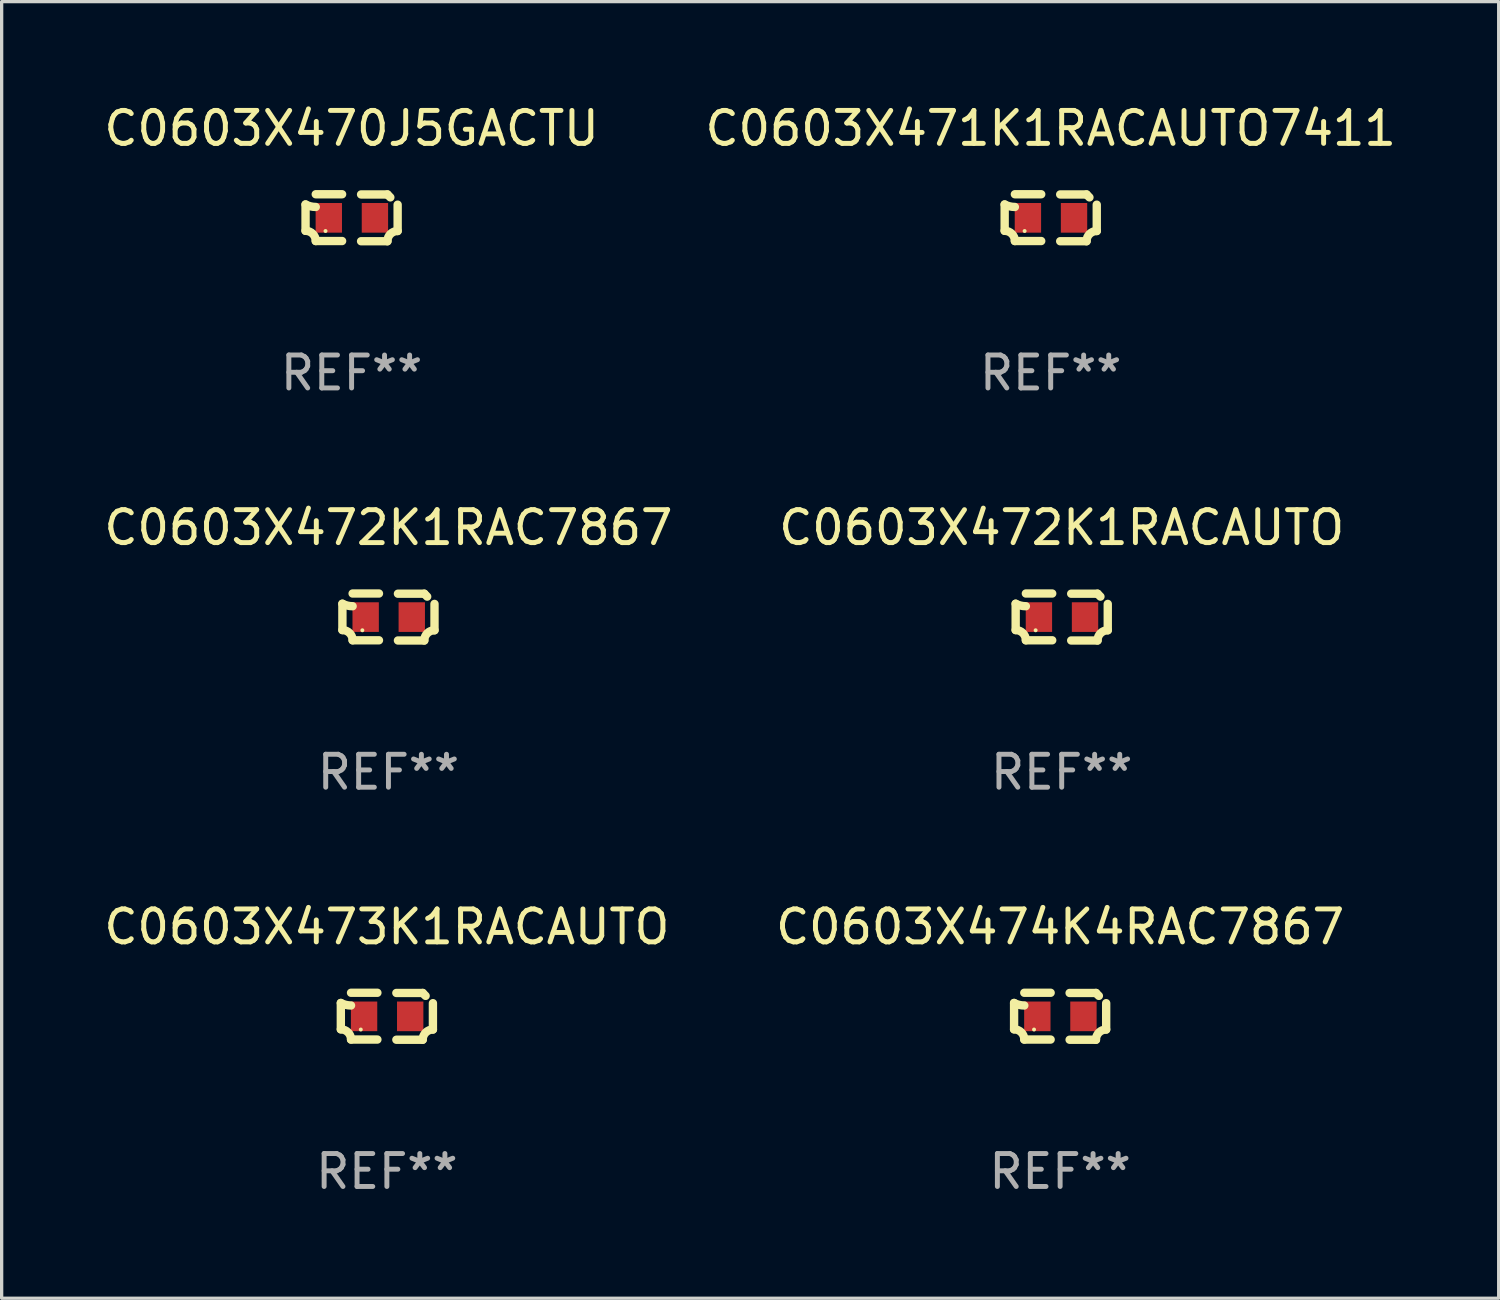
<source format=kicad_pcb>
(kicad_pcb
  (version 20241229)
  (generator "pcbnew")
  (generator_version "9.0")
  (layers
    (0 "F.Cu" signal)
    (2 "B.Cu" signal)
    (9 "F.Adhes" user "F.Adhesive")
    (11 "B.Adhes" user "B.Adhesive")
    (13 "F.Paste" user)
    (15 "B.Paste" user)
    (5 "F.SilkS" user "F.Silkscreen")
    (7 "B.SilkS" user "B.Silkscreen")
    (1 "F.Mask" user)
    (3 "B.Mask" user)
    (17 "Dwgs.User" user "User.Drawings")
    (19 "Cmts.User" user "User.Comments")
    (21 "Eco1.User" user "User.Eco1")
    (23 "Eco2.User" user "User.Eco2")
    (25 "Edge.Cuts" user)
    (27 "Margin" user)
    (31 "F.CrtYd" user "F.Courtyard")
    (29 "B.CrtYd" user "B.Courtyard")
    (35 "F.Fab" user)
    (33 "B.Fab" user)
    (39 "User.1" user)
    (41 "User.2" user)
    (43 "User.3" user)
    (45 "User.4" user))
  (footprint "C0603X470J5GACTU"
    (layer "F.Cu")
    (at 7.625 3.561)
    (property "Reference" "C0603X470J5GACTU" (at 0 -2.713 0) (layer "F.SilkS") (effects (font (size 1 1) (thickness 0.15))))
    (attr through_hole)
    (fp_line (start -1.398 -0.403) (end -1.398 0.397) (stroke (width 0.254) (type solid)) (layer "F.SilkS"))
    (fp_line (start -0.288 -0.713) (end -1.088 -0.713) (stroke (width 0.254) (type solid)) (layer "F.SilkS"))
    (fp_line (start -0.288 0.707) (end -1.088 0.707) (stroke (width 0.254) (type solid)) (layer "F.SilkS"))
    (fp_line (start 0.288 -0.707) (end 1.088 -0.707) (stroke (width 0.254) (type solid)) (layer "F.SilkS"))
    (fp_line (start 0.288 0.713) (end 1.088 0.713) (stroke (width 0.254) (type solid)) (layer "F.SilkS"))
    (fp_line (start 1.398 -0.397) (end 1.398 0.403) (stroke (width 0.254) (type solid)) (layer "F.SilkS"))
    (fp_arc (start -1.397789 0.397066) (mid -1.178701 0.487826) (end -1.08796 0.706922) (stroke (width 0.254001) (type solid)) (layer "F.SilkS"))
    (fp_arc (start -1.08796 -0.327176) (mid -1.247436 -0.346384) (end -1.39779 -0.402908) (stroke (width 0.254001) (type solid)) (layer "F.SilkS"))
    (fp_arc (start 1.087909 0.712738) (mid 1.178656 0.493655) (end 1.397739 0.402908) (stroke (width 0.254001) (type solid)) (layer "F.SilkS"))
    (fp_arc (start 1.175925 -0.618926) (mid 1.131917 -0.662923) (end 1.08791 -0.706922) (stroke (width 0.254001) (type solid)) (layer "F.SilkS"))
    (fp_circle (center -0.792 0.403) (end -0.762 0.403) (stroke (width 0.06) (type solid)) (fill no) (layer "F.SilkS"))
    (fp_text user "REF**" (at 0 4.713 0) (layer "F.Fab") (effects (font (size 1 1) (thickness 0.15))))
    (pad "1" smd rect (at -0.692 0.003) (size 0.8 0.9) (layers "F.Cu" "F.Mask" "F.Paste"))
    (pad "2" smd rect (at 0.708 0.003) (size 0.8 0.9) (layers "F.Cu" "F.Mask" "F.Paste")))
  (footprint "C0603X472K1RACAUTO"
    (layer "F.Cu")
    (at 29.185 15.683)
    (property "Reference" "C0603X472K1RACAUTO" (at 0 -2.713 0) (layer "F.SilkS") (effects (font (size 1 1) (thickness 0.15))))
    (attr through_hole)
    (fp_line (start -1.398 -0.403) (end -1.398 0.397) (stroke (width 0.254) (type solid)) (layer "F.SilkS"))
    (fp_line (start -0.288 -0.713) (end -1.088 -0.713) (stroke (width 0.254) (type solid)) (layer "F.SilkS"))
    (fp_line (start -0.288 0.707) (end -1.088 0.707) (stroke (width 0.254) (type solid)) (layer "F.SilkS"))
    (fp_line (start 0.288 -0.707) (end 1.088 -0.707) (stroke (width 0.254) (type solid)) (layer "F.SilkS"))
    (fp_line (start 0.288 0.713) (end 1.088 0.713) (stroke (width 0.254) (type solid)) (layer "F.SilkS"))
    (fp_line (start 1.398 -0.397) (end 1.398 0.403) (stroke (width 0.254) (type solid)) (layer "F.SilkS"))
    (fp_arc (start -1.397789 0.397066) (mid -1.178701 0.487826) (end -1.08796 0.706922) (stroke (width 0.254001) (type solid)) (layer "F.SilkS"))
    (fp_arc (start -1.08796 -0.327176) (mid -1.247436 -0.346384) (end -1.39779 -0.402908) (stroke (width 0.254001) (type solid)) (layer "F.SilkS"))
    (fp_arc (start 1.087909 0.712738) (mid 1.178656 0.493655) (end 1.397739 0.402908) (stroke (width 0.254001) (type solid)) (layer "F.SilkS"))
    (fp_arc (start 1.175925 -0.618926) (mid 1.131917 -0.662923) (end 1.08791 -0.706922) (stroke (width 0.254001) (type solid)) (layer "F.SilkS"))
    (fp_circle (center -0.792 0.403) (end -0.762 0.403) (stroke (width 0.06) (type solid)) (fill no) (layer "F.SilkS"))
    (fp_text user "REF**" (at 0 4.713 0) (layer "F.Fab") (effects (font (size 1 1) (thickness 0.15))))
    (pad "1" smd rect (at -0.692 0.003) (size 0.8 0.9) (layers "F.Cu" "F.Mask" "F.Paste"))
    (pad "2" smd rect (at 0.708 0.003) (size 0.8 0.9) (layers "F.Cu" "F.Mask" "F.Paste")))
  (footprint "C0603X474K4RAC7867"
    (layer "F.Cu")
    (at 29.137 27.805)
    (property "Reference" "C0603X474K4RAC7867" (at 0 -2.713 0) (layer "F.SilkS") (effects (font (size 1 1) (thickness 0.15))))
    (attr through_hole)
    (fp_line (start -1.398 -0.403) (end -1.398 0.397) (stroke (width 0.254) (type solid)) (layer "F.SilkS"))
    (fp_line (start -0.288 -0.713) (end -1.088 -0.713) (stroke (width 0.254) (type solid)) (layer "F.SilkS"))
    (fp_line (start -0.288 0.707) (end -1.088 0.707) (stroke (width 0.254) (type solid)) (layer "F.SilkS"))
    (fp_line (start 0.288 -0.707) (end 1.088 -0.707) (stroke (width 0.254) (type solid)) (layer "F.SilkS"))
    (fp_line (start 0.288 0.713) (end 1.088 0.713) (stroke (width 0.254) (type solid)) (layer "F.SilkS"))
    (fp_line (start 1.398 -0.397) (end 1.398 0.403) (stroke (width 0.254) (type solid)) (layer "F.SilkS"))
    (fp_arc (start -1.397789 0.397066) (mid -1.178701 0.487826) (end -1.08796 0.706922) (stroke (width 0.254001) (type solid)) (layer "F.SilkS"))
    (fp_arc (start -1.08796 -0.327176) (mid -1.247436 -0.346384) (end -1.39779 -0.402908) (stroke (width 0.254001) (type solid)) (layer "F.SilkS"))
    (fp_arc (start 1.087909 0.712738) (mid 1.178656 0.493655) (end 1.397739 0.402908) (stroke (width 0.254001) (type solid)) (layer "F.SilkS"))
    (fp_arc (start 1.175925 -0.618926) (mid 1.131917 -0.662923) (end 1.08791 -0.706922) (stroke (width 0.254001) (type solid)) (layer "F.SilkS"))
    (fp_circle (center -0.792 0.403) (end -0.762 0.403) (stroke (width 0.06) (type solid)) (fill no) (layer "F.SilkS"))
    (fp_text user "REF**" (at 0 4.713 0) (layer "F.Fab") (effects (font (size 1 1) (thickness 0.15))))
    (pad "1" smd rect (at -0.692 0.003) (size 0.8 0.9) (layers "F.Cu" "F.Mask" "F.Paste"))
    (pad "2" smd rect (at 0.708 0.003) (size 0.8 0.9) (layers "F.Cu" "F.Mask" "F.Paste")))
  (footprint "C0603X471K1RACAUTO7411"
    (layer "F.Cu")
    (at 28.851 3.561)
    (property "Reference" "C0603X471K1RACAUTO7411" (at 0 -2.713 0) (layer "F.SilkS") (effects (font (size 1 1) (thickness 0.15))))
    (attr through_hole)
    (fp_line (start -1.398 -0.403) (end -1.398 0.397) (stroke (width 0.254) (type solid)) (layer "F.SilkS"))
    (fp_line (start -0.288 -0.713) (end -1.088 -0.713) (stroke (width 0.254) (type solid)) (layer "F.SilkS"))
    (fp_line (start -0.288 0.707) (end -1.088 0.707) (stroke (width 0.254) (type solid)) (layer "F.SilkS"))
    (fp_line (start 0.288 -0.707) (end 1.088 -0.707) (stroke (width 0.254) (type solid)) (layer "F.SilkS"))
    (fp_line (start 0.288 0.713) (end 1.088 0.713) (stroke (width 0.254) (type solid)) (layer "F.SilkS"))
    (fp_line (start 1.398 -0.397) (end 1.398 0.403) (stroke (width 0.254) (type solid)) (layer "F.SilkS"))
    (fp_arc (start -1.397789 0.397066) (mid -1.178701 0.487826) (end -1.08796 0.706922) (stroke (width 0.254001) (type solid)) (layer "F.SilkS"))
    (fp_arc (start -1.08796 -0.327176) (mid -1.247436 -0.346384) (end -1.39779 -0.402908) (stroke (width 0.254001) (type solid)) (layer "F.SilkS"))
    (fp_arc (start 1.087909 0.712738) (mid 1.178656 0.493655) (end 1.397739 0.402908) (stroke (width 0.254001) (type solid)) (layer "F.SilkS"))
    (fp_arc (start 1.175925 -0.618926) (mid 1.131917 -0.662923) (end 1.08791 -0.706922) (stroke (width 0.254001) (type solid)) (layer "F.SilkS"))
    (fp_circle (center -0.792 0.403) (end -0.762 0.403) (stroke (width 0.06) (type solid)) (fill no) (layer "F.SilkS"))
    (fp_text user "REF**" (at 0 4.713 0) (layer "F.Fab") (effects (font (size 1 1) (thickness 0.15))))
    (pad "1" smd rect (at -0.692 0.003) (size 0.8 0.9) (layers "F.Cu" "F.Mask" "F.Paste"))
    (pad "2" smd rect (at 0.708 0.003) (size 0.8 0.9) (layers "F.Cu" "F.Mask" "F.Paste")))
  (footprint "C0603X472K1RAC7867"
    (layer "F.Cu")
    (at 8.744 15.683)
    (property "Reference" "C0603X472K1RAC7867" (at 0 -2.713 0) (layer "F.SilkS") (effects (font (size 1 1) (thickness 0.15))))
    (attr through_hole)
    (fp_line (start -1.398 -0.403) (end -1.398 0.397) (stroke (width 0.254) (type solid)) (layer "F.SilkS"))
    (fp_line (start -0.288 -0.713) (end -1.088 -0.713) (stroke (width 0.254) (type solid)) (layer "F.SilkS"))
    (fp_line (start -0.288 0.707) (end -1.088 0.707) (stroke (width 0.254) (type solid)) (layer "F.SilkS"))
    (fp_line (start 0.288 -0.707) (end 1.088 -0.707) (stroke (width 0.254) (type solid)) (layer "F.SilkS"))
    (fp_line (start 0.288 0.713) (end 1.088 0.713) (stroke (width 0.254) (type solid)) (layer "F.SilkS"))
    (fp_line (start 1.398 -0.397) (end 1.398 0.403) (stroke (width 0.254) (type solid)) (layer "F.SilkS"))
    (fp_arc (start -1.397789 0.397066) (mid -1.178701 0.487826) (end -1.08796 0.706922) (stroke (width 0.254001) (type solid)) (layer "F.SilkS"))
    (fp_arc (start -1.08796 -0.327176) (mid -1.247436 -0.346384) (end -1.39779 -0.402908) (stroke (width 0.254001) (type solid)) (layer "F.SilkS"))
    (fp_arc (start 1.087909 0.712738) (mid 1.178656 0.493655) (end 1.397739 0.402908) (stroke (width 0.254001) (type solid)) (layer "F.SilkS"))
    (fp_arc (start 1.175925 -0.618926) (mid 1.131917 -0.662923) (end 1.08791 -0.706922) (stroke (width 0.254001) (type solid)) (layer "F.SilkS"))
    (fp_circle (center -0.792 0.403) (end -0.762 0.403) (stroke (width 0.06) (type solid)) (fill no) (layer "F.SilkS"))
    (fp_text user "REF**" (at 0 4.713 0) (layer "F.Fab") (effects (font (size 1 1) (thickness 0.15))))
    (pad "1" smd rect (at -0.692 0.003) (size 0.8 0.9) (layers "F.Cu" "F.Mask" "F.Paste"))
    (pad "2" smd rect (at 0.708 0.003) (size 0.8 0.9) (layers "F.Cu" "F.Mask" "F.Paste")))
  (footprint "C0603X473K1RACAUTO"
    (layer "F.Cu")
    (at 8.696 27.805)
    (property "Reference" "C0603X473K1RACAUTO" (at 0 -2.713 0) (layer "F.SilkS") (effects (font (size 1 1) (thickness 0.15))))
    (attr through_hole)
    (fp_line (start -1.398 -0.403) (end -1.398 0.397) (stroke (width 0.254) (type solid)) (layer "F.SilkS"))
    (fp_line (start -0.288 -0.713) (end -1.088 -0.713) (stroke (width 0.254) (type solid)) (layer "F.SilkS"))
    (fp_line (start -0.288 0.707) (end -1.088 0.707) (stroke (width 0.254) (type solid)) (layer "F.SilkS"))
    (fp_line (start 0.288 -0.707) (end 1.088 -0.707) (stroke (width 0.254) (type solid)) (layer "F.SilkS"))
    (fp_line (start 0.288 0.713) (end 1.088 0.713) (stroke (width 0.254) (type solid)) (layer "F.SilkS"))
    (fp_line (start 1.398 -0.397) (end 1.398 0.403) (stroke (width 0.254) (type solid)) (layer "F.SilkS"))
    (fp_arc (start -1.397789 0.397066) (mid -1.178701 0.487826) (end -1.08796 0.706922) (stroke (width 0.254001) (type solid)) (layer "F.SilkS"))
    (fp_arc (start -1.08796 -0.327176) (mid -1.247436 -0.346384) (end -1.39779 -0.402908) (stroke (width 0.254001) (type solid)) (layer "F.SilkS"))
    (fp_arc (start 1.087909 0.712738) (mid 1.178656 0.493655) (end 1.397739 0.402908) (stroke (width 0.254001) (type solid)) (layer "F.SilkS"))
    (fp_arc (start 1.175925 -0.618926) (mid 1.131917 -0.662923) (end 1.08791 -0.706922) (stroke (width 0.254001) (type solid)) (layer "F.SilkS"))
    (fp_circle (center -0.792 0.403) (end -0.762 0.403) (stroke (width 0.06) (type solid)) (fill no) (layer "F.SilkS"))
    (fp_text user "REF**" (at 0 4.713 0) (layer "F.Fab") (effects (font (size 1 1) (thickness 0.15))))
    (pad "1" smd rect (at -0.692 0.003) (size 0.8 0.9) (layers "F.Cu" "F.Mask" "F.Paste"))
    (pad "2" smd rect (at 0.708 0.003) (size 0.8 0.9) (layers "F.Cu" "F.Mask" "F.Paste")))
  (gr_rect
    (start -3 -3)
    (end 42.452 36.366)
    (stroke (width 0.1) (type default))
    (fill no)
    (layer "Edge.Cuts")))
</source>
